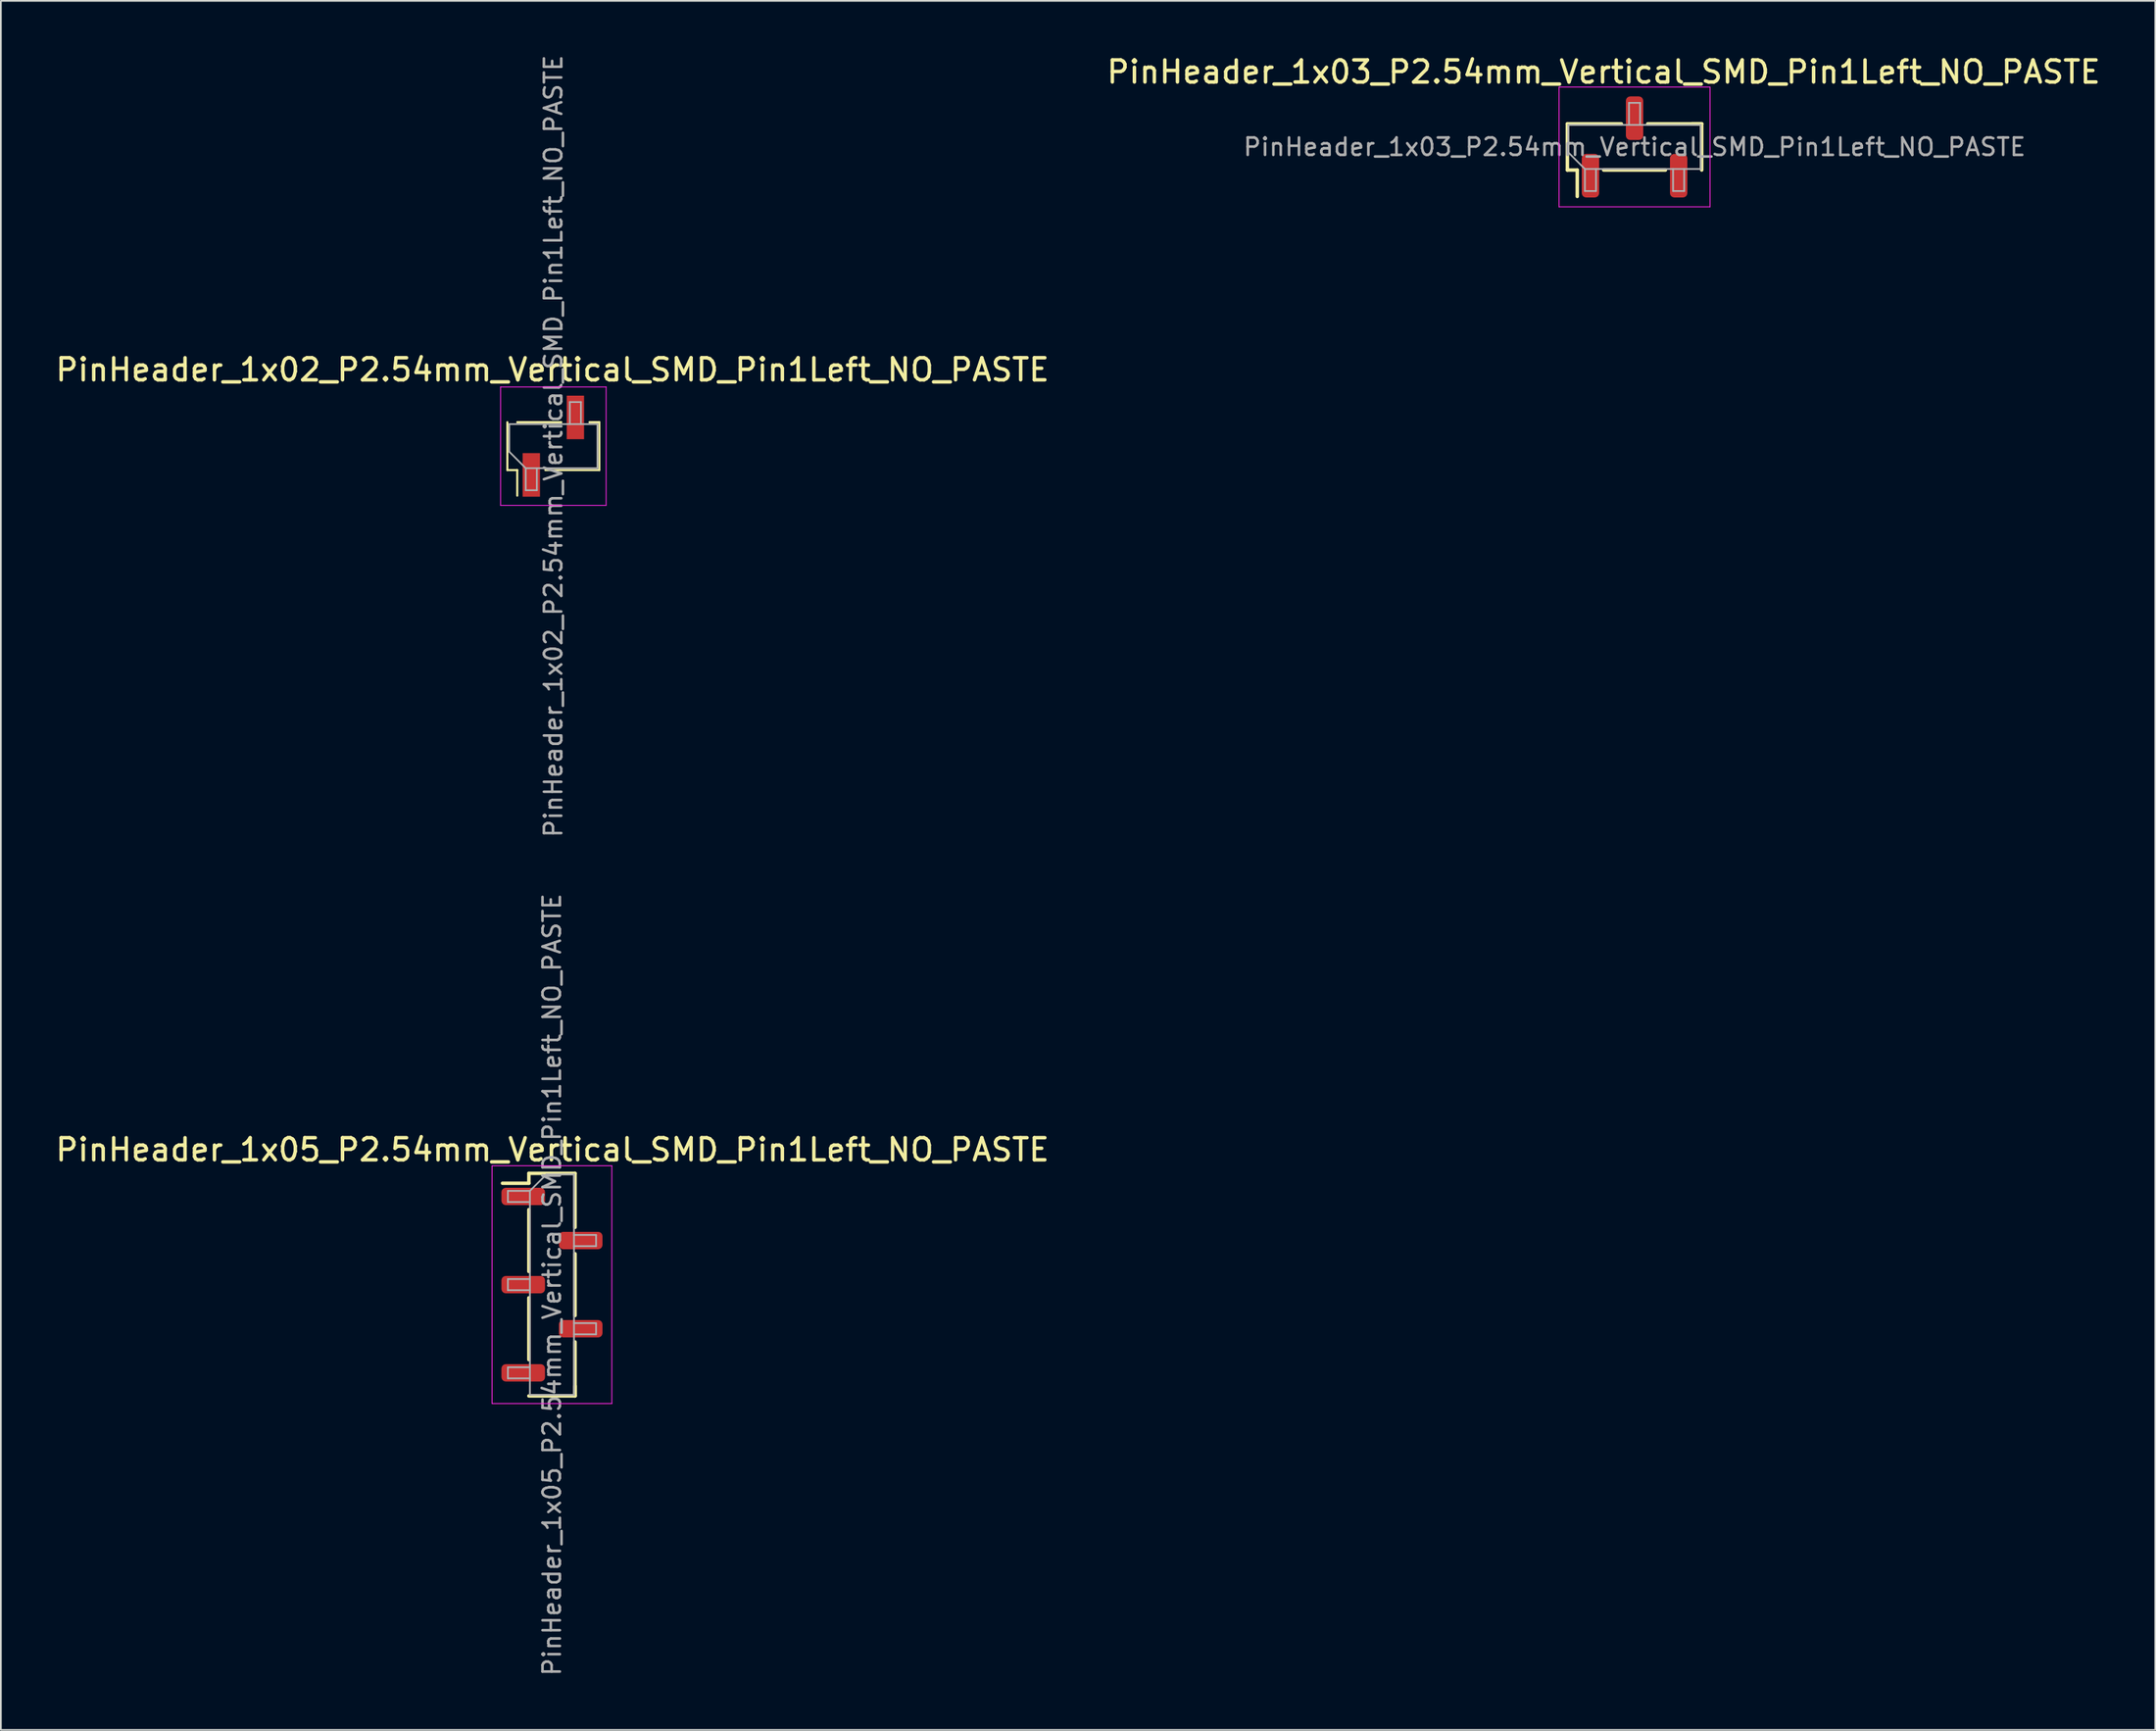
<source format=kicad_pcb>
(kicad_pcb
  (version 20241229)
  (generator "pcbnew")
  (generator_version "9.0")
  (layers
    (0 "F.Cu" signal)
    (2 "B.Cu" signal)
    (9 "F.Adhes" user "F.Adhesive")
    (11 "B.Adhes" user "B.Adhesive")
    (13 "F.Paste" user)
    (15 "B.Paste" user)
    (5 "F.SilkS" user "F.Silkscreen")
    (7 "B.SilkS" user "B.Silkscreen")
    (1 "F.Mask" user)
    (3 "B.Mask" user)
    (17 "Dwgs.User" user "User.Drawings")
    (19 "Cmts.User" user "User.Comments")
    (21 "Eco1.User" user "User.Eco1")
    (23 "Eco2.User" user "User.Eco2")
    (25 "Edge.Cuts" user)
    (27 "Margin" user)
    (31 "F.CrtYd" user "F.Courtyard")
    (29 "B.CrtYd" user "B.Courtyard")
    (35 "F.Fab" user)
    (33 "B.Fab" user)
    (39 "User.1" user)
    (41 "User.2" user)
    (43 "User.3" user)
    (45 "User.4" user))
  (footprint "PinHeader_1x03_P2.54mm_Vertical_SMD_Pin1Left_NO_PASTE"
    (layer "F.Cu")
    (at 91.115 5.414)
    (property "Reference" "PinHeader_1x03_P2.54mm_Vertical_SMD_Pin1Left_NO_PASTE" (at -1.78 -4.32 0) (layer "F.SilkS") (effects (font (size 1.27 1.27) (thickness 0.2))))
    (attr smd)
    (fp_line (start -3.87 -1.33) (end -0.76 -1.33) (stroke (width 0.2) (type solid)) (layer "F.SilkS"))
    (fp_line (start -3.87 1.33) (end -3.87 -1.33) (stroke (width 0.2) (type solid)) (layer "F.SilkS"))
    (fp_line (start -3.87 1.33) (end -3.3 1.33) (stroke (width 0.2) (type solid)) (layer "F.SilkS"))
    (fp_line (start -3.3 1.33) (end -3.3 2.85) (stroke (width 0.2) (type solid)) (layer "F.SilkS"))
    (fp_line (start -1.78 1.33) (end 1.78 1.33) (stroke (width 0.2) (type solid)) (layer "F.SilkS"))
    (fp_line (start 0.76 -1.33) (end 3.87 -1.33) (stroke (width 0.2) (type solid)) (layer "F.SilkS"))
    (fp_line (start 3.3 -1.33) (end 3.87 -1.33) (stroke (width 0.2) (type solid)) (layer "F.SilkS"))
    (fp_line (start 3.87 1.33) (end 3.87 -1.33) (stroke (width 0.2) (type solid)) (layer "F.SilkS"))
    (fp_line (start -4.35 -3.45) (end -4.35 3.45) (stroke (width 0.05) (type solid)) (layer "F.CrtYd"))
    (fp_line (start -4.35 3.45) (end 4.35 3.45) (stroke (width 0.05) (type solid)) (layer "F.CrtYd"))
    (fp_line (start 4.35 -3.45) (end -4.35 -3.45) (stroke (width 0.05) (type solid)) (layer "F.CrtYd"))
    (fp_line (start 4.35 3.45) (end 4.35 -3.45) (stroke (width 0.05) (type solid)) (layer "F.CrtYd"))
    (fp_line (start -3.81 -1.27) (end 3.81 -1.27) (stroke (width 0.1) (type solid)) (layer "F.Fab"))
    (fp_line (start -3.81 0.32) (end -3.81 -1.27) (stroke (width 0.1) (type solid)) (layer "F.Fab"))
    (fp_line (start -2.86 1.27) (end -3.81 0.32) (stroke (width 0.1) (type solid)) (layer "F.Fab"))
    (fp_line (start -2.86 1.27) (end -2.86 2.54) (stroke (width 0.1) (type solid)) (layer "F.Fab"))
    (fp_line (start -2.86 2.54) (end -2.22 2.54) (stroke (width 0.1) (type solid)) (layer "F.Fab"))
    (fp_line (start -2.22 2.54) (end -2.22 1.27) (stroke (width 0.1) (type solid)) (layer "F.Fab"))
    (fp_line (start -0.32 -2.54) (end 0.32 -2.54) (stroke (width 0.1) (type solid)) (layer "F.Fab"))
    (fp_line (start -0.32 -1.27) (end -0.32 -2.54) (stroke (width 0.1) (type solid)) (layer "F.Fab"))
    (fp_line (start 0.32 -2.54) (end 0.32 -1.27) (stroke (width 0.1) (type solid)) (layer "F.Fab"))
    (fp_line (start 2.22 1.27) (end 2.22 2.54) (stroke (width 0.1) (type solid)) (layer "F.Fab"))
    (fp_line (start 2.22 2.54) (end 2.86 2.54) (stroke (width 0.1) (type solid)) (layer "F.Fab"))
    (fp_line (start 2.86 2.54) (end 2.86 1.27) (stroke (width 0.1) (type solid)) (layer "F.Fab"))
    (fp_line (start 3.81 -1.27) (end 3.81 1.27) (stroke (width 0.1) (type solid)) (layer "F.Fab"))
    (fp_line (start 3.81 1.27) (end -2.86 1.27) (stroke (width 0.1) (type solid)) (layer "F.Fab"))
    (fp_text user "${REFERENCE}" (at 0 0 0) (layer "F.Fab") (effects (font (size 1 1) (thickness 0.15))))
    (pad "1" smd roundrect (at -2.54 1.655 90) (size 2.51 1) (layers "F.Cu" "F.Mask") (roundrect_rratio 0.25))
    (pad "2" smd roundrect (at 0 -1.655 90) (size 2.51 1) (layers "F.Cu" "F.Mask") (roundrect_rratio 0.25))
    (pad "3" smd roundrect (at 2.54 1.655 90) (size 2.51 1) (layers "F.Cu" "F.Mask") (roundrect_rratio 0.25)))
  (footprint "PinHeader_1x02_P2.54mm_Vertical_SMD_Pin1Left_NO_PASTE"
    (layer "F.Cu")
    (at 28.828 22.649)
    (property "Reference" "PinHeader_1x02_P2.54mm_Vertical_SMD_Pin1Left_NO_PASTE" (at -0.05 -4.4 0) (layer "F.SilkS") (effects (font (size 1.27 1.27) (thickness 0.2))))
    (attr smd)
    (fp_line (start -2.65 1.38) (end -2.65 -1.38) (stroke (width 0.12) (type solid)) (layer "F.SilkS"))
    (fp_line (start -2.65 1.38) (end -2.08 1.38) (stroke (width 0.12) (type solid)) (layer "F.SilkS"))
    (fp_line (start -2.08 -1.38) (end 0.46 -1.38) (stroke (width 0.12) (type solid)) (layer "F.SilkS"))
    (fp_line (start -2.08 1.38) (end -2.08 2.85) (stroke (width 0.12) (type solid)) (layer "F.SilkS"))
    (fp_line (start -0.46 1.38) (end 2.65 1.38) (stroke (width 0.12) (type solid)) (layer "F.SilkS"))
    (fp_line (start 2.08 -1.38) (end 2.65 -1.38) (stroke (width 0.12) (type solid)) (layer "F.SilkS"))
    (fp_line (start 2.65 1.38) (end 2.65 -1.38) (stroke (width 0.12) (type solid)) (layer "F.SilkS"))
    (fp_line (start -3.04 -3.41) (end -3.04 3.41) (stroke (width 0.05) (type solid)) (layer "F.CrtYd"))
    (fp_line (start -3.04 3.41) (end 3.04 3.41) (stroke (width 0.05) (type solid)) (layer "F.CrtYd"))
    (fp_line (start 3.04 -3.41) (end -3.04 -3.41) (stroke (width 0.05) (type solid)) (layer "F.CrtYd"))
    (fp_line (start 3.04 3.41) (end 3.04 -3.41) (stroke (width 0.05) (type solid)) (layer "F.CrtYd"))
    (fp_line (start -2.54 -1.27) (end 2.54 -1.27) (stroke (width 0.1) (type solid)) (layer "F.Fab"))
    (fp_line (start -2.54 0.32) (end -2.54 -1.27) (stroke (width 0.1) (type solid)) (layer "F.Fab"))
    (fp_line (start -1.59 1.27) (end -2.54 0.32) (stroke (width 0.1) (type solid)) (layer "F.Fab"))
    (fp_line (start -1.59 1.27) (end -1.59 2.54) (stroke (width 0.1) (type solid)) (layer "F.Fab"))
    (fp_line (start -1.59 2.54) (end -0.95 2.54) (stroke (width 0.1) (type solid)) (layer "F.Fab"))
    (fp_line (start -0.95 2.54) (end -0.95 1.27) (stroke (width 0.1) (type solid)) (layer "F.Fab"))
    (fp_line (start 0.95 -2.54) (end 1.59 -2.54) (stroke (width 0.1) (type solid)) (layer "F.Fab"))
    (fp_line (start 0.95 -1.27) (end 0.95 -2.54) (stroke (width 0.1) (type solid)) (layer "F.Fab"))
    (fp_line (start 1.59 -2.54) (end 1.59 -1.27) (stroke (width 0.1) (type solid)) (layer "F.Fab"))
    (fp_line (start 2.54 -1.27) (end 2.54 1.27) (stroke (width 0.1) (type solid)) (layer "F.Fab"))
    (fp_line (start 2.54 1.27) (end -1.59 1.27) (stroke (width 0.1) (type solid)) (layer "F.Fab"))
    (fp_text user "${REFERENCE}" (at 0 0 90) (layer "F.Fab") (effects (font (size 1 1) (thickness 0.15))))
    (pad "1" smd rect (at -1.27 1.655 90) (size 2.51 1) (layers "F.Cu" "F.Mask"))
    (pad "2" smd rect (at 1.27 -1.655 90) (size 2.51 1) (layers "F.Cu" "F.Mask")))
  (footprint "PinHeader_1x05_P2.54mm_Vertical_SMD_Pin1Left_NO_PASTE"
    (layer "F.Cu")
    (at 28.748 70.946)
    (property "Reference" "PinHeader_1x05_P2.54mm_Vertical_SMD_Pin1Left_NO_PASTE" (at 0.03 -7.77 0) (layer "F.SilkS") (effects (font (size 1.27 1.27) (thickness 0.2))))
    (attr smd)
    (fp_line (start -1.33 -6.41) (end -1.33 -5.84) (stroke (width 0.2) (type solid)) (layer "F.SilkS"))
    (fp_line (start -1.33 -6.41) (end 1.33 -6.41) (stroke (width 0.2) (type solid)) (layer "F.SilkS"))
    (fp_line (start -1.33 -5.84) (end -2.85 -5.84) (stroke (width 0.2) (type solid)) (layer "F.SilkS"))
    (fp_line (start -1.33 -4.32) (end -1.33 -0.76) (stroke (width 0.2) (type solid)) (layer "F.SilkS"))
    (fp_line (start -1.33 0.76) (end -1.33 4.32) (stroke (width 0.2) (type solid)) (layer "F.SilkS"))
    (fp_line (start -1.33 6.41) (end 1.33 6.41) (stroke (width 0.2) (type solid)) (layer "F.SilkS"))
    (fp_line (start 1.33 -6.41) (end 1.33 -3.3) (stroke (width 0.2) (type solid)) (layer "F.SilkS"))
    (fp_line (start 1.33 -1.78) (end 1.33 1.78) (stroke (width 0.2) (type solid)) (layer "F.SilkS"))
    (fp_line (start 1.33 3.3) (end 1.33 6.41) (stroke (width 0.2) (type solid)) (layer "F.SilkS"))
    (fp_line (start 1.33 5.84) (end 1.33 6.41) (stroke (width 0.2) (type solid)) (layer "F.SilkS"))
    (fp_line (start -3.45 -6.85) (end -3.45 6.85) (stroke (width 0.05) (type solid)) (layer "F.CrtYd"))
    (fp_line (start -3.45 6.85) (end 3.45 6.85) (stroke (width 0.05) (type solid)) (layer "F.CrtYd"))
    (fp_line (start 3.45 -6.85) (end -3.45 -6.85) (stroke (width 0.05) (type solid)) (layer "F.CrtYd"))
    (fp_line (start 3.45 6.85) (end 3.45 -6.85) (stroke (width 0.05) (type solid)) (layer "F.CrtYd"))
    (fp_line (start -2.54 -5.4) (end -2.54 -4.76) (stroke (width 0.1) (type solid)) (layer "F.Fab"))
    (fp_line (start -2.54 -4.76) (end -1.27 -4.76) (stroke (width 0.1) (type solid)) (layer "F.Fab"))
    (fp_line (start -2.54 -0.32) (end -2.54 0.32) (stroke (width 0.1) (type solid)) (layer "F.Fab"))
    (fp_line (start -2.54 0.32) (end -1.27 0.32) (stroke (width 0.1) (type solid)) (layer "F.Fab"))
    (fp_line (start -2.54 4.76) (end -2.54 5.4) (stroke (width 0.1) (type solid)) (layer "F.Fab"))
    (fp_line (start -2.54 5.4) (end -1.27 5.4) (stroke (width 0.1) (type solid)) (layer "F.Fab"))
    (fp_line (start -1.27 -5.4) (end -2.54 -5.4) (stroke (width 0.1) (type solid)) (layer "F.Fab"))
    (fp_line (start -1.27 -5.4) (end -0.32 -6.35) (stroke (width 0.1) (type solid)) (layer "F.Fab"))
    (fp_line (start -1.27 -0.32) (end -2.54 -0.32) (stroke (width 0.1) (type solid)) (layer "F.Fab"))
    (fp_line (start -1.27 4.76) (end -2.54 4.76) (stroke (width 0.1) (type solid)) (layer "F.Fab"))
    (fp_line (start -1.27 6.35) (end -1.27 -5.4) (stroke (width 0.1) (type solid)) (layer "F.Fab"))
    (fp_line (start -0.32 -6.35) (end 1.27 -6.35) (stroke (width 0.1) (type solid)) (layer "F.Fab"))
    (fp_line (start 1.27 -6.35) (end 1.27 6.35) (stroke (width 0.1) (type solid)) (layer "F.Fab"))
    (fp_line (start 1.27 -2.86) (end 2.54 -2.86) (stroke (width 0.1) (type solid)) (layer "F.Fab"))
    (fp_line (start 1.27 2.22) (end 2.54 2.22) (stroke (width 0.1) (type solid)) (layer "F.Fab"))
    (fp_line (start 1.27 6.35) (end -1.27 6.35) (stroke (width 0.1) (type solid)) (layer "F.Fab"))
    (fp_line (start 2.54 -2.86) (end 2.54 -2.22) (stroke (width 0.1) (type solid)) (layer "F.Fab"))
    (fp_line (start 2.54 -2.22) (end 1.27 -2.22) (stroke (width 0.1) (type solid)) (layer "F.Fab"))
    (fp_line (start 2.54 2.22) (end 2.54 2.86) (stroke (width 0.1) (type solid)) (layer "F.Fab"))
    (fp_line (start 2.54 2.86) (end 1.27 2.86) (stroke (width 0.1) (type solid)) (layer "F.Fab"))
    (fp_text user "${REFERENCE}" (at 0 0 90) (layer "F.Fab") (effects (font (size 1 1) (thickness 0.15))))
    (pad "1" smd roundrect (at -1.655 -5.08) (size 2.51 1) (layers "F.Cu" "F.Mask") (roundrect_rratio 0.25))
    (pad "2" smd roundrect (at 1.655 -2.54) (size 2.51 1) (layers "F.Cu" "F.Mask") (roundrect_rratio 0.25))
    (pad "3" smd roundrect (at -1.655 0) (size 2.51 1) (layers "F.Cu" "F.Mask") (roundrect_rratio 0.25))
    (pad "4" smd roundrect (at 1.655 2.54) (size 2.51 1) (layers "F.Cu" "F.Mask") (roundrect_rratio 0.25))
    (pad "5" smd roundrect (at -1.655 5.08) (size 2.51 1) (layers "F.Cu" "F.Mask") (roundrect_rratio 0.25)))
  (gr_rect
    (start -3 -3)
    (end 121.113 96.595)
    (stroke (width 0.1) (type default))
    (fill no)
    (layer "Edge.Cuts")))
</source>
